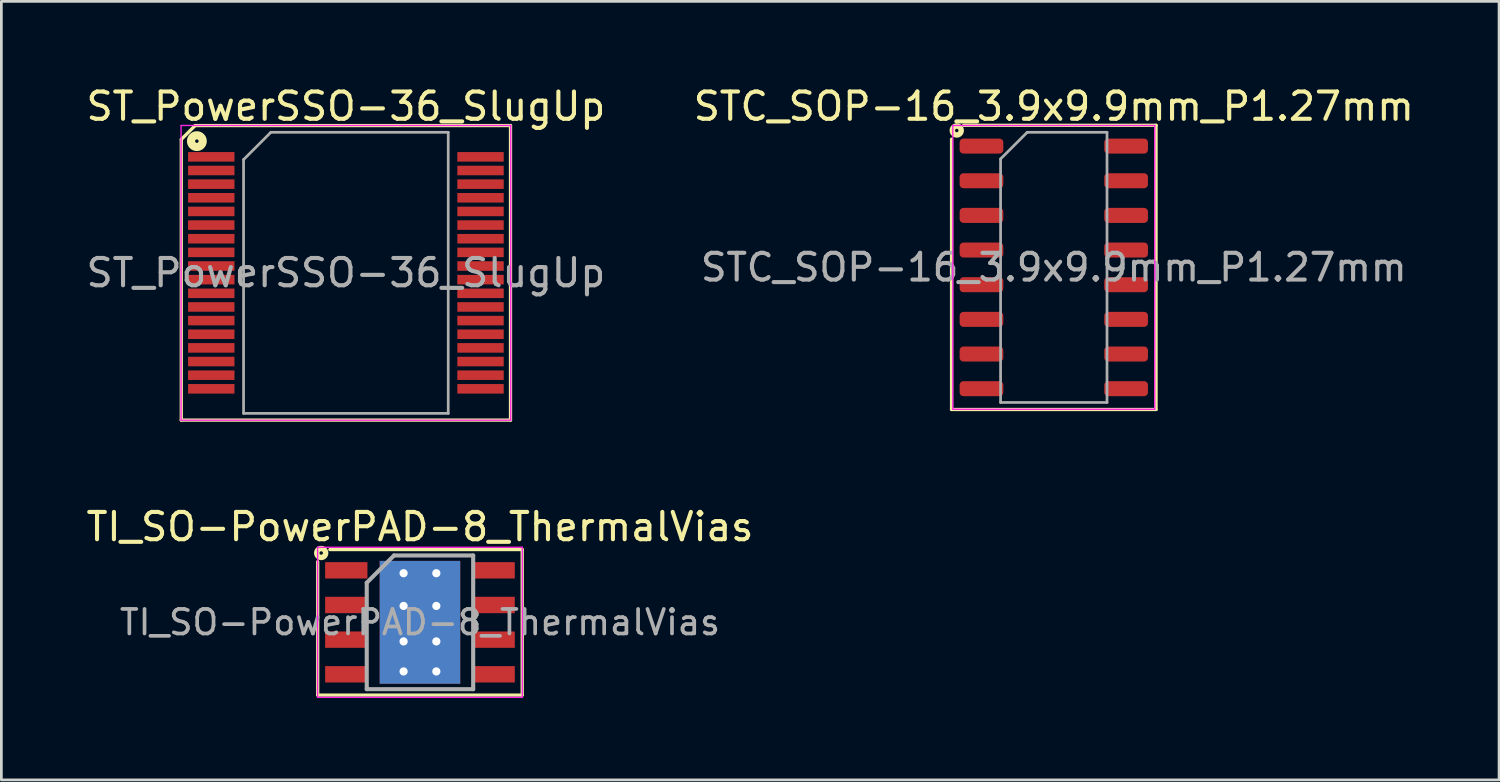
<source format=kicad_pcb>
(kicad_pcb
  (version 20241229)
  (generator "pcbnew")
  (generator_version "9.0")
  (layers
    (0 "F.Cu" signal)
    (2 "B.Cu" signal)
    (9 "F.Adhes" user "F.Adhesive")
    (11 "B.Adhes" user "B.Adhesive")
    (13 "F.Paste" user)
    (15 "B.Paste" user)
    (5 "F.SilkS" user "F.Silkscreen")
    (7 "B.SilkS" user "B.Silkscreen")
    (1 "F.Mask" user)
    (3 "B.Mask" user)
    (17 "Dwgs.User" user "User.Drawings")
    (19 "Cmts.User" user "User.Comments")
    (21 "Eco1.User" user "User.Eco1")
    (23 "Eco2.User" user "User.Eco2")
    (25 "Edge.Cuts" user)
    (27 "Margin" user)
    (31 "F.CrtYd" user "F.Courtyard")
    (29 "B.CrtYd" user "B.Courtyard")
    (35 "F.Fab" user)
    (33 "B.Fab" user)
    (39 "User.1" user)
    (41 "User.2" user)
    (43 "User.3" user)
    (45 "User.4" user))
  (footprint "ST_PowerSSO-36_SlugUp"
    (layer "F.Cu")
    (at 9.625 6.948)
    (property "Reference" "ST_PowerSSO-36_SlugUp" (at 0 -6.1 0) (layer "F.SilkS") (effects (font (size 1 1) (thickness 0.15))))
    (attr smd)
    (fp_line (start -6.032 -4.889) (end -6.032 5.397) (stroke (width 0.12) (type solid)) (layer "F.SilkS"))
    (fp_line (start -6.032 -4.889) (end -5.524 -5.397) (stroke (width 0.12) (type solid)) (layer "F.SilkS"))
    (fp_line (start -6.032 5.397) (end 6.032 5.397) (stroke (width 0.12) (type solid)) (layer "F.SilkS"))
    (fp_line (start 6.032 -5.397) (end -5.524 -5.397) (stroke (width 0.12) (type solid)) (layer "F.SilkS"))
    (fp_line (start 6.032 5.397) (end 6.032 -5.397) (stroke (width 0.12) (type solid)) (layer "F.SilkS"))
    (fp_circle (center -5.461 -4.826) (end -5.397 -4.826) (stroke (width 0.3) (type solid)) (fill no) (layer "F.SilkS"))
    (fp_line (start -6.04 -5.4) (end -6.04 5.4) (stroke (width 0.05) (type solid)) (layer "F.CrtYd"))
    (fp_line (start -6.04 -5.4) (end 6.04 -5.4) (stroke (width 0.05) (type solid)) (layer "F.CrtYd"))
    (fp_line (start 6.04 5.4) (end -6.04 5.4) (stroke (width 0.05) (type solid)) (layer "F.CrtYd"))
    (fp_line (start 6.04 5.4) (end 6.04 -5.4) (stroke (width 0.05) (type solid)) (layer "F.CrtYd"))
    (fp_line (start -3.75 -4.15) (end -3.75 5.15) (stroke (width 0.1) (type solid)) (layer "F.Fab"))
    (fp_line (start -3.75 5.15) (end 3.75 5.15) (stroke (width 0.1) (type solid)) (layer "F.Fab"))
    (fp_line (start -2.75 -5.15) (end -3.75 -4.15) (stroke (width 0.1) (type solid)) (layer "F.Fab"))
    (fp_line (start 3.75 -5.15) (end -2.75 -5.15) (stroke (width 0.1) (type solid)) (layer "F.Fab"))
    (fp_line (start 3.75 5.15) (end 3.75 -5.15) (stroke (width 0.1) (type solid)) (layer "F.Fab"))
    (fp_text user "${REFERENCE}" (at 0 0 0) (layer "F.Fab") (effects (font (size 1 1) (thickness 0.15))))
    (pad "1" smd rect (at -4.933 -4.25) (size 1.7 0.35) (layers "F.Cu" "F.Mask" "F.Paste"))
    (pad "2" smd rect (at -4.933 -3.75) (size 1.7 0.35) (layers "F.Cu" "F.Mask" "F.Paste"))
    (pad "3" smd rect (at -4.933 -3.25) (size 1.7 0.35) (layers "F.Cu" "F.Mask" "F.Paste"))
    (pad "4" smd rect (at -4.933 -2.75) (size 1.7 0.35) (layers "F.Cu" "F.Mask" "F.Paste"))
    (pad "5" smd rect (at -4.933 -2.25) (size 1.7 0.35) (layers "F.Cu" "F.Mask" "F.Paste"))
    (pad "6" smd rect (at -4.933 -1.75) (size 1.7 0.35) (layers "F.Cu" "F.Mask" "F.Paste"))
    (pad "7" smd rect (at -4.933 -1.25) (size 1.7 0.35) (layers "F.Cu" "F.Mask" "F.Paste"))
    (pad "8" smd rect (at -4.933 -0.75) (size 1.7 0.35) (layers "F.Cu" "F.Mask" "F.Paste"))
    (pad "9" smd rect (at -4.933 -0.25) (size 1.7 0.35) (layers "F.Cu" "F.Mask" "F.Paste"))
    (pad "10" smd rect (at -4.933 0.25) (size 1.7 0.35) (layers "F.Cu" "F.Mask" "F.Paste"))
    (pad "11" smd rect (at -4.933 0.75) (size 1.7 0.35) (layers "F.Cu" "F.Mask" "F.Paste"))
    (pad "12" smd rect (at -4.933 1.25) (size 1.7 0.35) (layers "F.Cu" "F.Mask" "F.Paste"))
    (pad "13" smd rect (at -4.933 1.75) (size 1.7 0.35) (layers "F.Cu" "F.Mask" "F.Paste"))
    (pad "14" smd rect (at -4.933 2.25) (size 1.7 0.35) (layers "F.Cu" "F.Mask" "F.Paste"))
    (pad "15" smd rect (at -4.933 2.75) (size 1.7 0.35) (layers "F.Cu" "F.Mask" "F.Paste"))
    (pad "16" smd rect (at -4.933 3.25) (size 1.7 0.35) (layers "F.Cu" "F.Mask" "F.Paste"))
    (pad "17" smd rect (at -4.933 3.75) (size 1.7 0.35) (layers "F.Cu" "F.Mask" "F.Paste"))
    (pad "18" smd rect (at -4.933 4.25) (size 1.7 0.35) (layers "F.Cu" "F.Mask" "F.Paste"))
    (pad "19" smd rect (at 4.933 4.25) (size 1.7 0.35) (layers "F.Cu" "F.Mask" "F.Paste"))
    (pad "20" smd rect (at 4.933 3.75) (size 1.7 0.35) (layers "F.Cu" "F.Mask" "F.Paste"))
    (pad "21" smd rect (at 4.933 3.25) (size 1.7 0.35) (layers "F.Cu" "F.Mask" "F.Paste"))
    (pad "22" smd rect (at 4.933 2.75) (size 1.7 0.35) (layers "F.Cu" "F.Mask" "F.Paste"))
    (pad "23" smd rect (at 4.933 2.25) (size 1.7 0.35) (layers "F.Cu" "F.Mask" "F.Paste"))
    (pad "24" smd rect (at 4.933 1.75) (size 1.7 0.35) (layers "F.Cu" "F.Mask" "F.Paste"))
    (pad "25" smd rect (at 4.933 1.25) (size 1.7 0.35) (layers "F.Cu" "F.Mask" "F.Paste"))
    (pad "26" smd rect (at 4.933 0.75) (size 1.7 0.35) (layers "F.Cu" "F.Mask" "F.Paste"))
    (pad "27" smd rect (at 4.933 0.25) (size 1.7 0.35) (layers "F.Cu" "F.Mask" "F.Paste"))
    (pad "28" smd rect (at 4.933 -0.25) (size 1.7 0.35) (layers "F.Cu" "F.Mask" "F.Paste"))
    (pad "29" smd rect (at 4.933 -0.75) (size 1.7 0.35) (layers "F.Cu" "F.Mask" "F.Paste"))
    (pad "30" smd rect (at 4.933 -1.25) (size 1.7 0.35) (layers "F.Cu" "F.Mask" "F.Paste"))
    (pad "31" smd rect (at 4.933 -1.75) (size 1.7 0.35) (layers "F.Cu" "F.Mask" "F.Paste"))
    (pad "32" smd rect (at 4.933 -2.25) (size 1.7 0.35) (layers "F.Cu" "F.Mask" "F.Paste"))
    (pad "33" smd rect (at 4.933 -2.75) (size 1.7 0.35) (layers "F.Cu" "F.Mask" "F.Paste"))
    (pad "34" smd rect (at 4.933 -3.25) (size 1.7 0.35) (layers "F.Cu" "F.Mask" "F.Paste"))
    (pad "35" smd rect (at 4.933 -3.75) (size 1.7 0.35) (layers "F.Cu" "F.Mask" "F.Paste"))
    (pad "36" smd rect (at 4.933 -4.25) (size 1.7 0.35) (layers "F.Cu" "F.Mask" "F.Paste")))
  (footprint "TI_SO-PowerPAD-8_ThermalVias"
    (layer "F.Cu")
    (at 12.339 19.754)
    (property "Reference" "TI_SO-PowerPAD-8_ThermalVias" (at 0 -3.5 0) (layer "F.SilkS") (effects (font (size 1 1) (thickness 0.15))))
    (attr smd)
    (fp_line (start -3.747 -2.223) (end -3.747 2.667) (stroke (width 0.12) (type solid)) (layer "F.SilkS"))
    (fp_line (start -3.747 2.667) (end 3.747 2.667) (stroke (width 0.12) (type solid)) (layer "F.SilkS"))
    (fp_line (start 3.747 -2.667) (end -3.302 -2.667) (stroke (width 0.12) (type solid)) (layer "F.SilkS"))
    (fp_line (start 3.747 2.667) (end 3.747 -2.667) (stroke (width 0.12) (type solid)) (layer "F.SilkS"))
    (fp_circle (center -3.619 -2.54) (end -3.556 -2.54) (stroke (width 0.2) (type solid)) (fill no) (layer "F.SilkS"))
    (fp_line (start -3.75 -2.75) (end -3.75 2.75) (stroke (width 0.05) (type solid)) (layer "F.CrtYd"))
    (fp_line (start -3.75 -2.75) (end 3.75 -2.75) (stroke (width 0.05) (type solid)) (layer "F.CrtYd"))
    (fp_line (start -3.75 2.75) (end 3.75 2.75) (stroke (width 0.05) (type solid)) (layer "F.CrtYd"))
    (fp_line (start 3.75 -2.75) (end 3.75 2.75) (stroke (width 0.05) (type solid)) (layer "F.CrtYd"))
    (fp_line (start -1.95 -1.45) (end -0.95 -2.45) (stroke (width 0.15) (type solid)) (layer "F.Fab"))
    (fp_line (start -1.95 2.45) (end -1.95 -1.45) (stroke (width 0.15) (type solid)) (layer "F.Fab"))
    (fp_line (start -0.95 -2.45) (end 1.95 -2.45) (stroke (width 0.15) (type solid)) (layer "F.Fab"))
    (fp_line (start 1.95 -2.45) (end 1.95 2.45) (stroke (width 0.15) (type solid)) (layer "F.Fab"))
    (fp_line (start 1.95 2.45) (end -1.95 2.45) (stroke (width 0.15) (type solid)) (layer "F.Fab"))
    (fp_text user "${REFERENCE}" (at 0 0 0) (layer "F.Fab") (effects (font (size 0.9 0.9) (thickness 0.135))))
    (pad "1" smd rect (at -2.7 -1.905) (size 1.55 0.6) (layers "F.Cu" "F.Mask" "F.Paste"))
    (pad "2" smd rect (at -2.7 -0.635) (size 1.55 0.6) (layers "F.Cu" "F.Mask" "F.Paste"))
    (pad "3" smd rect (at -2.7 0.635) (size 1.55 0.6) (layers "F.Cu" "F.Mask" "F.Paste"))
    (pad "4" smd rect (at -2.7 1.905) (size 1.55 0.6) (layers "F.Cu" "F.Mask" "F.Paste"))
    (pad "5" smd rect (at 2.7 1.905) (size 1.55 0.6) (layers "F.Cu" "F.Mask" "F.Paste"))
    (pad "6" smd rect (at 2.7 0.635) (size 1.55 0.6) (layers "F.Cu" "F.Mask" "F.Paste"))
    (pad "7" smd rect (at 2.7 -0.635) (size 1.55 0.6) (layers "F.Cu" "F.Mask" "F.Paste"))
    (pad "8" smd rect (at 2.7 -1.905) (size 1.55 0.6) (layers "F.Cu" "F.Mask" "F.Paste"))
    (pad "9" thru_hole circle (at -0.6 -1.8) (size 0.6 0.6) (drill 0.3) (layers "*.Cu"))
    (pad "9" thru_hole circle (at -0.6 -0.6) (size 0.6 0.6) (drill 0.3) (layers "*.Cu"))
    (pad "9" thru_hole circle (at -0.6 0.7) (size 0.6 0.6) (drill 0.3) (layers "*.Cu"))
    (pad "9" thru_hole circle (at -0.6 1.8) (size 0.6 0.6) (drill 0.3) (layers "*.Cu"))
    (pad "9" smd rect (at 0 0) (size 2.6 3.1) (layers "F.Cu" "F.Mask" "F.Paste"))
    (pad "9" smd rect (at 0 0) (size 2.95 4.5) (layers "F.Cu"))
    (pad "9" smd rect (at 0 0) (size 2.95 4.5) (layers "B.Cu" "B.Mask"))
    (pad "9" thru_hole circle (at 0.6 -1.8) (size 0.6 0.6) (drill 0.3) (layers "*.Cu"))
    (pad "9" thru_hole circle (at 0.6 -0.6) (size 0.6 0.6) (drill 0.3) (layers "*.Cu"))
    (pad "9" thru_hole circle (at 0.6 0.7) (size 0.6 0.6) (drill 0.3) (layers "*.Cu"))
    (pad "9" thru_hole circle (at 0.6 1.8) (size 0.6 0.6) (drill 0.3) (layers "*.Cu")))
  (footprint "STC_SOP-16_3.9x9.9mm_P1.27mm"
    (layer "F.Cu")
    (at 35.565 6.748)
    (property "Reference" "STC_SOP-16_3.9x9.9mm_P1.27mm" (at 0 -5.9 0) (layer "F.SilkS") (effects (font (size 1 1) (thickness 0.15))))
    (attr smd)
    (fp_line (start -3.747 -4.699) (end -3.747 5.207) (stroke (width 0.12) (type solid)) (layer "F.SilkS"))
    (fp_line (start -3.747 5.207) (end 3.747 5.207) (stroke (width 0.12) (type solid)) (layer "F.SilkS"))
    (fp_line (start 3.747 -5.207) (end -3.302 -5.207) (stroke (width 0.12) (type solid)) (layer "F.SilkS"))
    (fp_line (start 3.747 5.207) (end 3.747 -5.207) (stroke (width 0.12) (type solid)) (layer "F.SilkS"))
    (fp_circle (center -3.556 -5.016) (end -3.493 -5.016) (stroke (width 0.2) (type solid)) (fill no) (layer "F.SilkS"))
    (fp_line (start -3.7 -5.2) (end -3.7 5.2) (stroke (width 0.05) (type solid)) (layer "F.CrtYd"))
    (fp_line (start -3.7 5.2) (end 3.7 5.2) (stroke (width 0.05) (type solid)) (layer "F.CrtYd"))
    (fp_line (start 3.7 -5.2) (end -3.7 -5.2) (stroke (width 0.05) (type solid)) (layer "F.CrtYd"))
    (fp_line (start 3.7 5.2) (end 3.7 -5.2) (stroke (width 0.05) (type solid)) (layer "F.CrtYd"))
    (fp_line (start -1.95 -3.975) (end -0.975 -4.95) (stroke (width 0.1) (type solid)) (layer "F.Fab"))
    (fp_line (start -1.95 4.95) (end -1.95 -3.975) (stroke (width 0.1) (type solid)) (layer "F.Fab"))
    (fp_line (start -0.975 -4.95) (end 1.95 -4.95) (stroke (width 0.1) (type solid)) (layer "F.Fab"))
    (fp_line (start 1.95 -4.95) (end 1.95 4.95) (stroke (width 0.1) (type solid)) (layer "F.Fab"))
    (fp_line (start 1.95 4.95) (end -1.95 4.95) (stroke (width 0.1) (type solid)) (layer "F.Fab"))
    (fp_text user "${REFERENCE}" (at 0 0 0) (layer "F.Fab") (effects (font (size 0.98 0.98) (thickness 0.15))))
    (pad "1" smd roundrect (at -2.65 -4.445) (size 1.6 0.55) (layers "F.Cu" "F.Mask" "F.Paste") (roundrect_rratio 0.25))
    (pad "2" smd roundrect (at -2.65 -3.175) (size 1.6 0.55) (layers "F.Cu" "F.Mask" "F.Paste") (roundrect_rratio 0.25))
    (pad "3" smd roundrect (at -2.65 -1.905) (size 1.6 0.55) (layers "F.Cu" "F.Mask" "F.Paste") (roundrect_rratio 0.25))
    (pad "4" smd roundrect (at -2.65 -0.635) (size 1.6 0.55) (layers "F.Cu" "F.Mask" "F.Paste") (roundrect_rratio 0.25))
    (pad "5" smd roundrect (at -2.65 0.635) (size 1.6 0.55) (layers "F.Cu" "F.Mask" "F.Paste") (roundrect_rratio 0.25))
    (pad "6" smd roundrect (at -2.65 1.905) (size 1.6 0.55) (layers "F.Cu" "F.Mask" "F.Paste") (roundrect_rratio 0.25))
    (pad "7" smd roundrect (at -2.65 3.175) (size 1.6 0.55) (layers "F.Cu" "F.Mask" "F.Paste") (roundrect_rratio 0.25))
    (pad "8" smd roundrect (at -2.65 4.445) (size 1.6 0.55) (layers "F.Cu" "F.Mask" "F.Paste") (roundrect_rratio 0.25))
    (pad "9" smd roundrect (at 2.65 4.445) (size 1.6 0.55) (layers "F.Cu" "F.Mask" "F.Paste") (roundrect_rratio 0.25))
    (pad "10" smd roundrect (at 2.65 3.175) (size 1.6 0.55) (layers "F.Cu" "F.Mask" "F.Paste") (roundrect_rratio 0.25))
    (pad "11" smd roundrect (at 2.65 1.905) (size 1.6 0.55) (layers "F.Cu" "F.Mask" "F.Paste") (roundrect_rratio 0.25))
    (pad "12" smd roundrect (at 2.65 0.635) (size 1.6 0.55) (layers "F.Cu" "F.Mask" "F.Paste") (roundrect_rratio 0.25))
    (pad "13" smd roundrect (at 2.65 -0.635) (size 1.6 0.55) (layers "F.Cu" "F.Mask" "F.Paste") (roundrect_rratio 0.25))
    (pad "14" smd roundrect (at 2.65 -1.905) (size 1.6 0.55) (layers "F.Cu" "F.Mask" "F.Paste") (roundrect_rratio 0.25))
    (pad "15" smd roundrect (at 2.65 -3.175) (size 1.6 0.55) (layers "F.Cu" "F.Mask" "F.Paste") (roundrect_rratio 0.25))
    (pad "16" smd roundrect (at 2.65 -4.445) (size 1.6 0.55) (layers "F.Cu" "F.Mask" "F.Paste") (roundrect_rratio 0.25)))
  (gr_rect
    (start -3 -3)
    (end 51.881 25.529)
    (stroke (width 0.1) (type default))
    (fill no)
    (layer "Edge.Cuts")))
</source>
